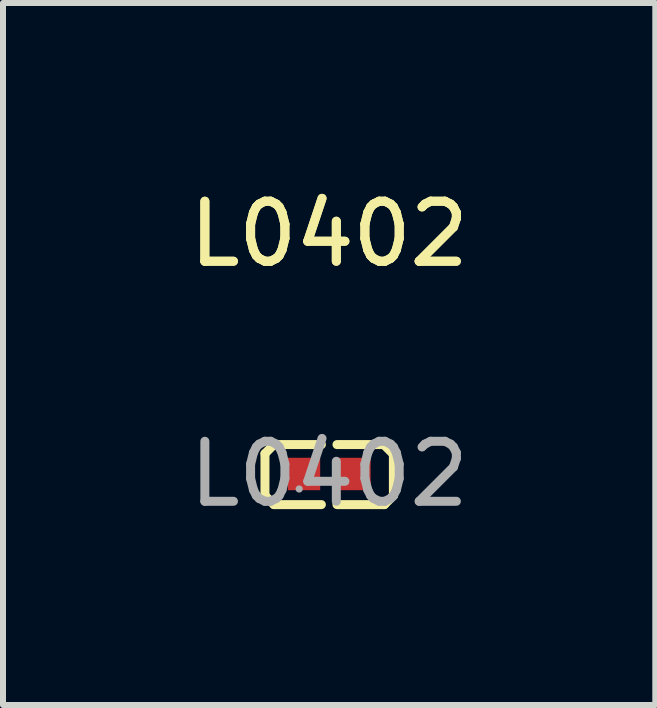
<source format=kicad_pcb>
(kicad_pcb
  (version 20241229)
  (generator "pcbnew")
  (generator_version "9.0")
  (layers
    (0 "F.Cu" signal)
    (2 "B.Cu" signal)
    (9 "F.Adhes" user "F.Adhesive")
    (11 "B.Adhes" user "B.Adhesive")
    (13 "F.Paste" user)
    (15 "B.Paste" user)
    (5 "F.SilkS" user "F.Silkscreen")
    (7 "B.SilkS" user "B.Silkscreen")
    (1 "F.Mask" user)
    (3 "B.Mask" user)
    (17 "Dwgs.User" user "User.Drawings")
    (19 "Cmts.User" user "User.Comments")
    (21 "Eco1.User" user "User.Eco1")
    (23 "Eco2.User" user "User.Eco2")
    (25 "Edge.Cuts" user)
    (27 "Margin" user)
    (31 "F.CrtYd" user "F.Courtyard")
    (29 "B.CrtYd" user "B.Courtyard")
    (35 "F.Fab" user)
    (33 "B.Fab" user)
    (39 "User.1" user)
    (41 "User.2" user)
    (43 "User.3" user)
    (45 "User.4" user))
  (footprint "L0402"
    (layer "F.Cu")
    (at 2.435 4.848)
    (property "Reference" "L0402" (at 0 -4 0) (layer "F.SilkS") (effects (font (size 1 1) (thickness 0.15))))
    (attr smd)
    (fp_line (start -1.07 -0.34) (end -0.92 -0.49) (stroke (width 0.15) (type solid)) (layer "F.SilkS"))
    (fp_line (start -1.07 0.36) (end -1.07 -0.34) (stroke (width 0.15) (type solid)) (layer "F.SilkS"))
    (fp_line (start -0.92 -0.49) (end -0.13 -0.49) (stroke (width 0.15) (type solid)) (layer "F.SilkS"))
    (fp_line (start -0.92 0.51) (end -1.07 0.36) (stroke (width 0.15) (type solid)) (layer "F.SilkS"))
    (fp_line (start -0.13 0.51) (end -0.92 0.51) (stroke (width 0.15) (type solid)) (layer "F.SilkS"))
    (fp_line (start 0.13 0.51) (end 0.92 0.51) (stroke (width 0.15) (type solid)) (layer "F.SilkS"))
    (fp_line (start 0.91 -0.49) (end 0.13 -0.49) (stroke (width 0.15) (type solid)) (layer "F.SilkS"))
    (fp_line (start 0.92 0.51) (end 1.07 0.36) (stroke (width 0.15) (type solid)) (layer "F.SilkS"))
    (fp_line (start 1.07 -0.33) (end 0.91 -0.49) (stroke (width 0.15) (type solid)) (layer "F.SilkS"))
    (fp_line (start 1.07 0.36) (end 1.07 -0.33) (stroke (width 0.15) (type solid)) (layer "F.SilkS"))
    (fp_circle (center -0.5 0.25) (end -0.47 0.25) (stroke (width 0.06) (type solid)) (fill no) (layer "F.Fab"))
    (fp_text user "${REFERENCE}" (at 0 -4 0) (layer "F.SilkS") (effects (font (size 1 1) (thickness 0.15))))
    (fp_text user "${REFERENCE}" (at 0 0 0) (layer "F.Fab") (effects (font (size 1 1) (thickness 0.15))))
    (pad "1" smd rect (at -0.42 0) (size 0.54 0.54) (layers "F.Cu" "F.Mask" "F.Paste"))
    (pad "2" smd rect (at 0.42 0) (size 0.54 0.54) (layers "F.Cu" "F.Mask" "F.Paste")))
  (gr_rect
    (start -3 -3)
    (end 7.869 8.697)
    (stroke (width 0.1) (type default))
    (fill no)
    (layer "Edge.Cuts")))
</source>
